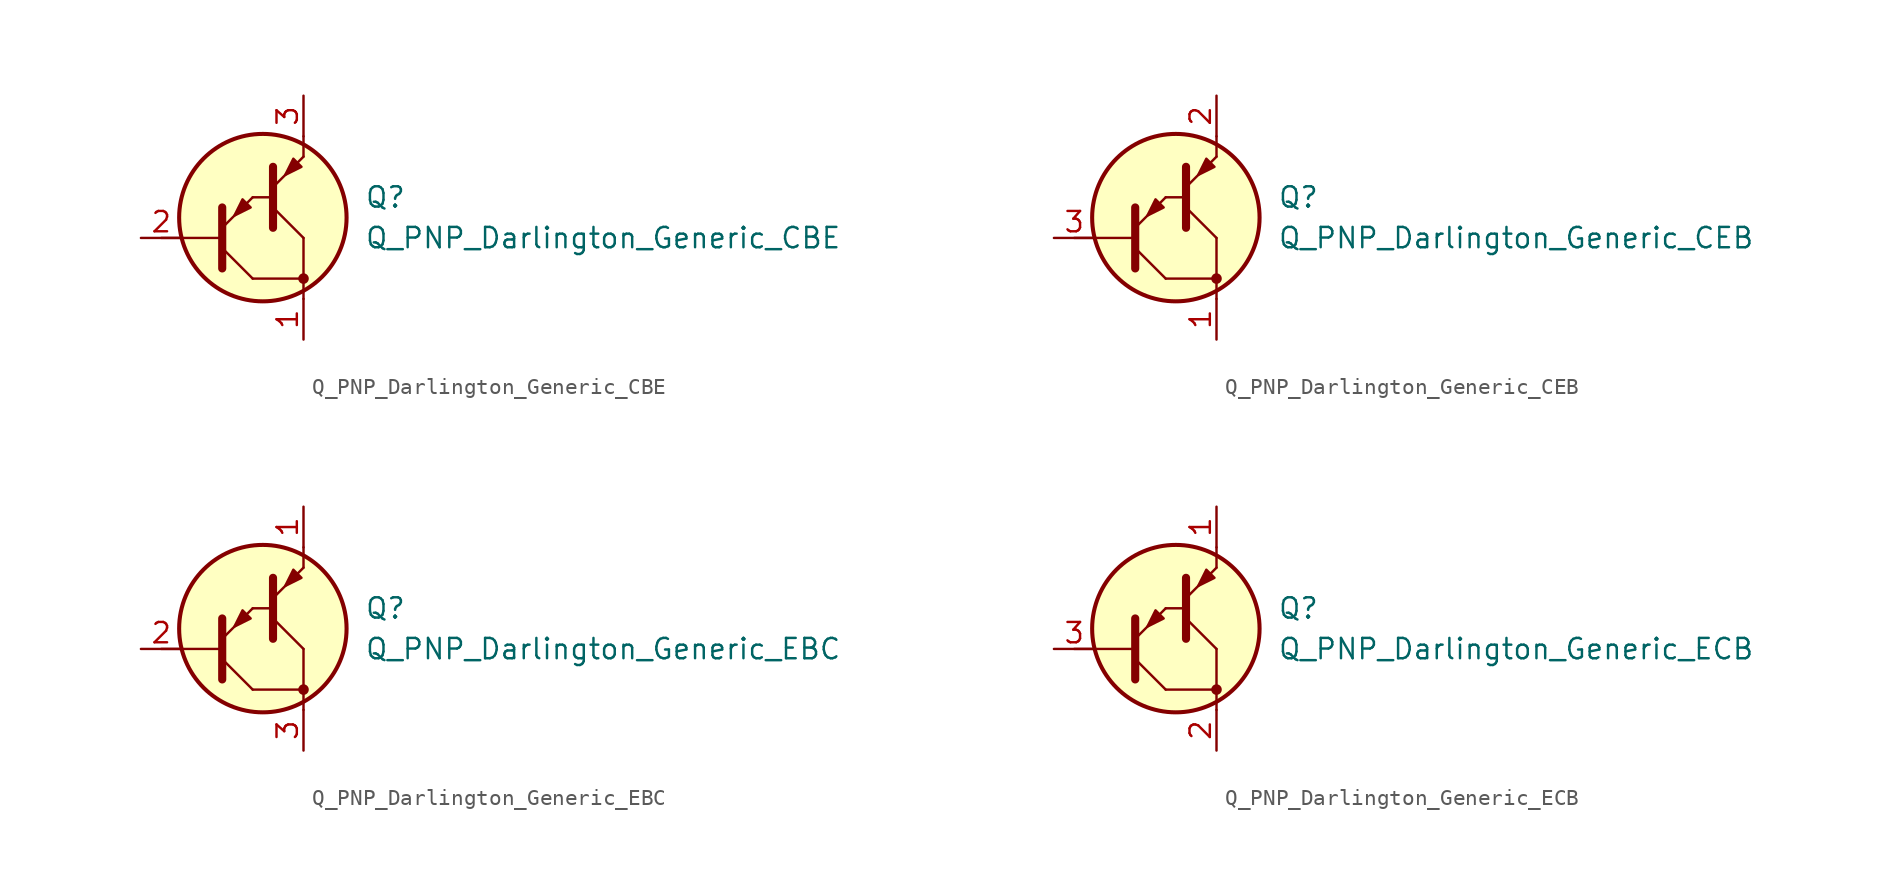
<source format=kicad_sym>
(kicad_symbol_lib
  (version 20211014)
  (generator kicad_symbol_editor)
  (symbol "Transistor_BJT_Darlington:Q_PNP_Darlington_Generic_CBE"
    (pin_names hide)
    (property "Reference" "Q"
      (at 6.35 1.27 0)
      (effects (font (size 1.27 1.27)) (justify left)))
    (property "Value" "Q_PNP_Darlington_Generic_CBE"
      (at 6.35 -1.27 0)
      (effects (font (size 1.27 1.27)) (justify left)))
    (symbol "Q_PNP_Darlington_Generic_CBE_0_1"
      (polyline (pts (xy -6.35 -1.27) (xy -2.54 -1.27)) (stroke (width 0) (type default) (color 0 0 0 0)) (fill (type none)))
      (polyline (pts (xy -0.635 1.27) (xy 0.635 1.27)) (stroke (width 0) (type default) (color 0 0 0 0)) (fill (type none)))
      (polyline (pts (xy 0.635 0.635) (xy 2.54 -1.27)) (stroke (width 0) (type default) (color 0 0 0 0)) (fill (type none)))
      (polyline (pts (xy 2.54 -3.81) (xy 2.54 -5.08)) (stroke (width 0) (type default) (color 0 0 0 0)) (fill (type none)))
      (polyline (pts (xy 2.54 5.08) (xy 2.54 3.81)) (stroke (width 0) (type default) (color 0 0 0 0)) (fill (type none)))
      (polyline (pts (xy -0.635 -3.81) (xy 2.54 -3.81) (xy 2.54 -1.27)) (stroke (width 0) (type default) (color 0 0 0 0)) (fill (type none)))
      (polyline (pts (xy 0.635 -0.635) (xy 0.635 3.175) (xy 0.635 3.175)) (stroke (width 0.508) (type default) (color 0 0 0 0)) (fill (type none)))
      (polyline (pts (xy 0.635 1.905) (xy 2.54 3.81) (xy 2.54 3.81)) (stroke (width 0) (type default) (color 0 0 0 0)) (fill (type none)))
      (circle (center 0 0) (radius 5.232) (stroke (width 0.254)) (stroke (width 0.254) (type default) (color 0 0 0 0)) (fill (type background)))
      (circle (center 2.54 -3.81) (radius 0.254) (stroke (width 0)) (stroke (width 0) (type default) (color 0 0 0 0)) (fill (type outline))))
    (symbol "Q_PNP_Darlington_Generic_CBE_1_1"
      (polyline (pts (xy -2.54 -1.905) (xy -0.635 -3.81)) (stroke (width 0) (type default) (color 0 0 0 0)) (fill (type none)))
      (polyline (pts (xy -2.54 -3.175) (xy -2.54 0.635) (xy -2.54 0.635)) (stroke (width 0.508) (type default) (color 0 0 0 0)) (fill (type none)))
      (polyline (pts (xy -2.54 -0.635) (xy -0.635 1.27) (xy -0.635 1.27)) (stroke (width 0) (type default) (color 0 0 0 0)) (fill (type none)))
      (polyline (pts (xy -0.762 0.635) (xy -1.27 1.143) (xy -1.778 0.127) (xy -0.762 0.635) (xy -0.762 0.635)) (stroke (width 0) (type default) (color 0 0 0 0)) (fill (type outline)))
      (polyline (pts (xy 2.413 3.175) (xy 1.905 3.683) (xy 1.397 2.667) (xy 2.413 3.175) (xy 2.413 3.175)) (stroke (width 0) (type default) (color 0 0 0 0)) (fill (type outline)))
      (pin passive line (at 2.54 -7.62 90) (length 2.54) (name "C" (effects (font (size 1.27 1.27)))) (number "1" (effects (font (size 1.27 1.27)))))
      (pin input line (at -7.62 -1.27 0) (length 2.54) (name "B" (effects (font (size 1.27 1.27)))) (number "2" (effects (font (size 1.27 1.27)))))
      (pin passive line (at 2.54 7.62 270) (length 2.54) (name "E" (effects (font (size 1.27 1.27)))) (number "3" (effects (font (size 1.27 1.27)))))))
  (symbol "Transistor_BJT_Darlington:Q_PNP_Darlington_Generic_CEB"
    (pin_names hide)
    (property "Reference" "Q"
      (at 6.35 1.27 0)
      (effects (font (size 1.27 1.27)) (justify left)))
    (property "Value" "Q_PNP_Darlington_Generic_CEB"
      (at 6.35 -1.27 0)
      (effects (font (size 1.27 1.27)) (justify left)))
    (symbol "Q_PNP_Darlington_Generic_CEB_0_1"
      (polyline (pts (xy -6.35 -1.27) (xy -2.54 -1.27)) (stroke (width 0) (type default) (color 0 0 0 0)) (fill (type none)))
      (polyline (pts (xy -0.635 1.27) (xy 0.635 1.27)) (stroke (width 0) (type default) (color 0 0 0 0)) (fill (type none)))
      (polyline (pts (xy 0.635 0.635) (xy 2.54 -1.27)) (stroke (width 0) (type default) (color 0 0 0 0)) (fill (type none)))
      (polyline (pts (xy 2.54 -3.81) (xy 2.54 -5.08)) (stroke (width 0) (type default) (color 0 0 0 0)) (fill (type none)))
      (polyline (pts (xy 2.54 5.08) (xy 2.54 3.81)) (stroke (width 0) (type default) (color 0 0 0 0)) (fill (type none)))
      (polyline (pts (xy -0.635 -3.81) (xy 2.54 -3.81) (xy 2.54 -1.27)) (stroke (width 0) (type default) (color 0 0 0 0)) (fill (type none)))
      (polyline (pts (xy 0.635 -0.635) (xy 0.635 3.175) (xy 0.635 3.175)) (stroke (width 0.508) (type default) (color 0 0 0 0)) (fill (type none)))
      (polyline (pts (xy 0.635 1.905) (xy 2.54 3.81) (xy 2.54 3.81)) (stroke (width 0) (type default) (color 0 0 0 0)) (fill (type none)))
      (circle (center 0 0) (radius 5.232) (stroke (width 0.254)) (stroke (width 0.254) (type default) (color 0 0 0 0)) (fill (type background)))
      (circle (center 2.54 -3.81) (radius 0.254) (stroke (width 0)) (stroke (width 0) (type default) (color 0 0 0 0)) (fill (type outline))))
    (symbol "Q_PNP_Darlington_Generic_CEB_1_1"
      (polyline (pts (xy -2.54 -1.905) (xy -0.635 -3.81)) (stroke (width 0) (type default) (color 0 0 0 0)) (fill (type none)))
      (polyline (pts (xy -2.54 -3.175) (xy -2.54 0.635) (xy -2.54 0.635)) (stroke (width 0.508) (type default) (color 0 0 0 0)) (fill (type none)))
      (polyline (pts (xy -2.54 -0.635) (xy -0.635 1.27) (xy -0.635 1.27)) (stroke (width 0) (type default) (color 0 0 0 0)) (fill (type none)))
      (polyline (pts (xy -0.762 0.635) (xy -1.27 1.143) (xy -1.778 0.127) (xy -0.762 0.635) (xy -0.762 0.635)) (stroke (width 0) (type default) (color 0 0 0 0)) (fill (type outline)))
      (polyline (pts (xy 2.413 3.175) (xy 1.905 3.683) (xy 1.397 2.667) (xy 2.413 3.175) (xy 2.413 3.175)) (stroke (width 0) (type default) (color 0 0 0 0)) (fill (type outline)))
      (pin passive line (at 2.54 -7.62 90) (length 2.54) (name "C" (effects (font (size 1.27 1.27)))) (number "1" (effects (font (size 1.27 1.27)))))
      (pin passive line (at 2.54 7.62 270) (length 2.54) (name "E" (effects (font (size 1.27 1.27)))) (number "2" (effects (font (size 1.27 1.27)))))
      (pin input line (at -7.62 -1.27 0) (length 2.54) (name "B" (effects (font (size 1.27 1.27)))) (number "3" (effects (font (size 1.27 1.27)))))))
  (symbol "Transistor_BJT_Darlington:Q_PNP_Darlington_Generic_EBC"
    (pin_names hide)
    (property "Reference" "Q"
      (at 6.35 1.27 0)
      (effects (font (size 1.27 1.27)) (justify left)))
    (property "Value" "Q_PNP_Darlington_Generic_EBC"
      (at 6.35 -1.27 0)
      (effects (font (size 1.27 1.27)) (justify left)))
    (symbol "Q_PNP_Darlington_Generic_EBC_0_1"
      (polyline (pts (xy -6.35 -1.27) (xy -2.54 -1.27)) (stroke (width 0) (type default) (color 0 0 0 0)) (fill (type none)))
      (polyline (pts (xy -0.635 1.27) (xy 0.635 1.27)) (stroke (width 0) (type default) (color 0 0 0 0)) (fill (type none)))
      (polyline (pts (xy 0.635 0.635) (xy 2.54 -1.27)) (stroke (width 0) (type default) (color 0 0 0 0)) (fill (type none)))
      (polyline (pts (xy 2.54 -3.81) (xy 2.54 -5.08)) (stroke (width 0) (type default) (color 0 0 0 0)) (fill (type none)))
      (polyline (pts (xy 2.54 5.08) (xy 2.54 3.81)) (stroke (width 0) (type default) (color 0 0 0 0)) (fill (type none)))
      (polyline (pts (xy -0.635 -3.81) (xy 2.54 -3.81) (xy 2.54 -1.27)) (stroke (width 0) (type default) (color 0 0 0 0)) (fill (type none)))
      (polyline (pts (xy 0.635 -0.635) (xy 0.635 3.175) (xy 0.635 3.175)) (stroke (width 0.508) (type default) (color 0 0 0 0)) (fill (type none)))
      (polyline (pts (xy 0.635 1.905) (xy 2.54 3.81) (xy 2.54 3.81)) (stroke (width 0) (type default) (color 0 0 0 0)) (fill (type none)))
      (circle (center 0 0) (radius 5.232) (stroke (width 0.254)) (stroke (width 0.254) (type default) (color 0 0 0 0)) (fill (type background)))
      (circle (center 2.54 -3.81) (radius 0.254) (stroke (width 0)) (stroke (width 0) (type default) (color 0 0 0 0)) (fill (type outline))))
    (symbol "Q_PNP_Darlington_Generic_EBC_1_1"
      (polyline (pts (xy -2.54 -1.905) (xy -0.635 -3.81)) (stroke (width 0) (type default) (color 0 0 0 0)) (fill (type none)))
      (polyline (pts (xy -2.54 -3.175) (xy -2.54 0.635) (xy -2.54 0.635)) (stroke (width 0.508) (type default) (color 0 0 0 0)) (fill (type none)))
      (polyline (pts (xy -2.54 -0.635) (xy -0.635 1.27) (xy -0.635 1.27)) (stroke (width 0) (type default) (color 0 0 0 0)) (fill (type none)))
      (polyline (pts (xy -0.762 0.635) (xy -1.27 1.143) (xy -1.778 0.127) (xy -0.762 0.635) (xy -0.762 0.635)) (stroke (width 0) (type default) (color 0 0 0 0)) (fill (type outline)))
      (polyline (pts (xy 2.413 3.175) (xy 1.905 3.683) (xy 1.397 2.667) (xy 2.413 3.175) (xy 2.413 3.175)) (stroke (width 0) (type default) (color 0 0 0 0)) (fill (type outline)))
      (pin passive line (at 2.54 7.62 270) (length 2.54) (name "E" (effects (font (size 1.27 1.27)))) (number "1" (effects (font (size 1.27 1.27)))))
      (pin input line (at -7.62 -1.27 0) (length 2.54) (name "B" (effects (font (size 1.27 1.27)))) (number "2" (effects (font (size 1.27 1.27)))))
      (pin passive line (at 2.54 -7.62 90) (length 2.54) (name "C" (effects (font (size 1.27 1.27)))) (number "3" (effects (font (size 1.27 1.27)))))))
  (symbol "Transistor_BJT_Darlington:Q_PNP_Darlington_Generic_ECB"
    (pin_names hide)
    (property "Reference" "Q"
      (at 6.35 1.27 0)
      (effects (font (size 1.27 1.27)) (justify left)))
    (property "Value" "Q_PNP_Darlington_Generic_ECB"
      (at 6.35 -1.27 0)
      (effects (font (size 1.27 1.27)) (justify left)))
    (symbol "Q_PNP_Darlington_Generic_ECB_0_1"
      (polyline (pts (xy -6.35 -1.27) (xy -2.54 -1.27)) (stroke (width 0) (type default) (color 0 0 0 0)) (fill (type none)))
      (polyline (pts (xy -0.635 1.27) (xy 0.635 1.27)) (stroke (width 0) (type default) (color 0 0 0 0)) (fill (type none)))
      (polyline (pts (xy 0.635 0.635) (xy 2.54 -1.27)) (stroke (width 0) (type default) (color 0 0 0 0)) (fill (type none)))
      (polyline (pts (xy 2.54 -3.81) (xy 2.54 -5.08)) (stroke (width 0) (type default) (color 0 0 0 0)) (fill (type none)))
      (polyline (pts (xy 2.54 5.08) (xy 2.54 3.81)) (stroke (width 0) (type default) (color 0 0 0 0)) (fill (type none)))
      (polyline (pts (xy -0.635 -3.81) (xy 2.54 -3.81) (xy 2.54 -1.27)) (stroke (width 0) (type default) (color 0 0 0 0)) (fill (type none)))
      (polyline (pts (xy 0.635 -0.635) (xy 0.635 3.175) (xy 0.635 3.175)) (stroke (width 0.508) (type default) (color 0 0 0 0)) (fill (type none)))
      (polyline (pts (xy 0.635 1.905) (xy 2.54 3.81) (xy 2.54 3.81)) (stroke (width 0) (type default) (color 0 0 0 0)) (fill (type none)))
      (circle (center 0 0) (radius 5.232) (stroke (width 0.254)) (stroke (width 0.254) (type default) (color 0 0 0 0)) (fill (type background)))
      (circle (center 2.54 -3.81) (radius 0.254) (stroke (width 0)) (stroke (width 0) (type default) (color 0 0 0 0)) (fill (type outline))))
    (symbol "Q_PNP_Darlington_Generic_ECB_1_1"
      (polyline (pts (xy -2.54 -1.905) (xy -0.635 -3.81)) (stroke (width 0) (type default) (color 0 0 0 0)) (fill (type none)))
      (polyline (pts (xy -2.54 -3.175) (xy -2.54 0.635) (xy -2.54 0.635)) (stroke (width 0.508) (type default) (color 0 0 0 0)) (fill (type none)))
      (polyline (pts (xy -2.54 -0.635) (xy -0.635 1.27) (xy -0.635 1.27)) (stroke (width 0) (type default) (color 0 0 0 0)) (fill (type none)))
      (polyline (pts (xy -0.762 0.635) (xy -1.27 1.143) (xy -1.778 0.127) (xy -0.762 0.635) (xy -0.762 0.635)) (stroke (width 0) (type default) (color 0 0 0 0)) (fill (type outline)))
      (polyline (pts (xy 2.413 3.175) (xy 1.905 3.683) (xy 1.397 2.667) (xy 2.413 3.175) (xy 2.413 3.175)) (stroke (width 0) (type default) (color 0 0 0 0)) (fill (type outline)))
      (pin passive line (at 2.54 7.62 270) (length 2.54) (name "E" (effects (font (size 1.27 1.27)))) (number "1" (effects (font (size 1.27 1.27)))))
      (pin passive line (at 2.54 -7.62 90) (length 2.54) (name "C" (effects (font (size 1.27 1.27)))) (number "2" (effects (font (size 1.27 1.27)))))
      (pin input line (at -7.62 -1.27 0) (length 2.54) (name "B" (effects (font (size 1.27 1.27)))) (number "3" (effects (font (size 1.27 1.27))))))))
</source>
